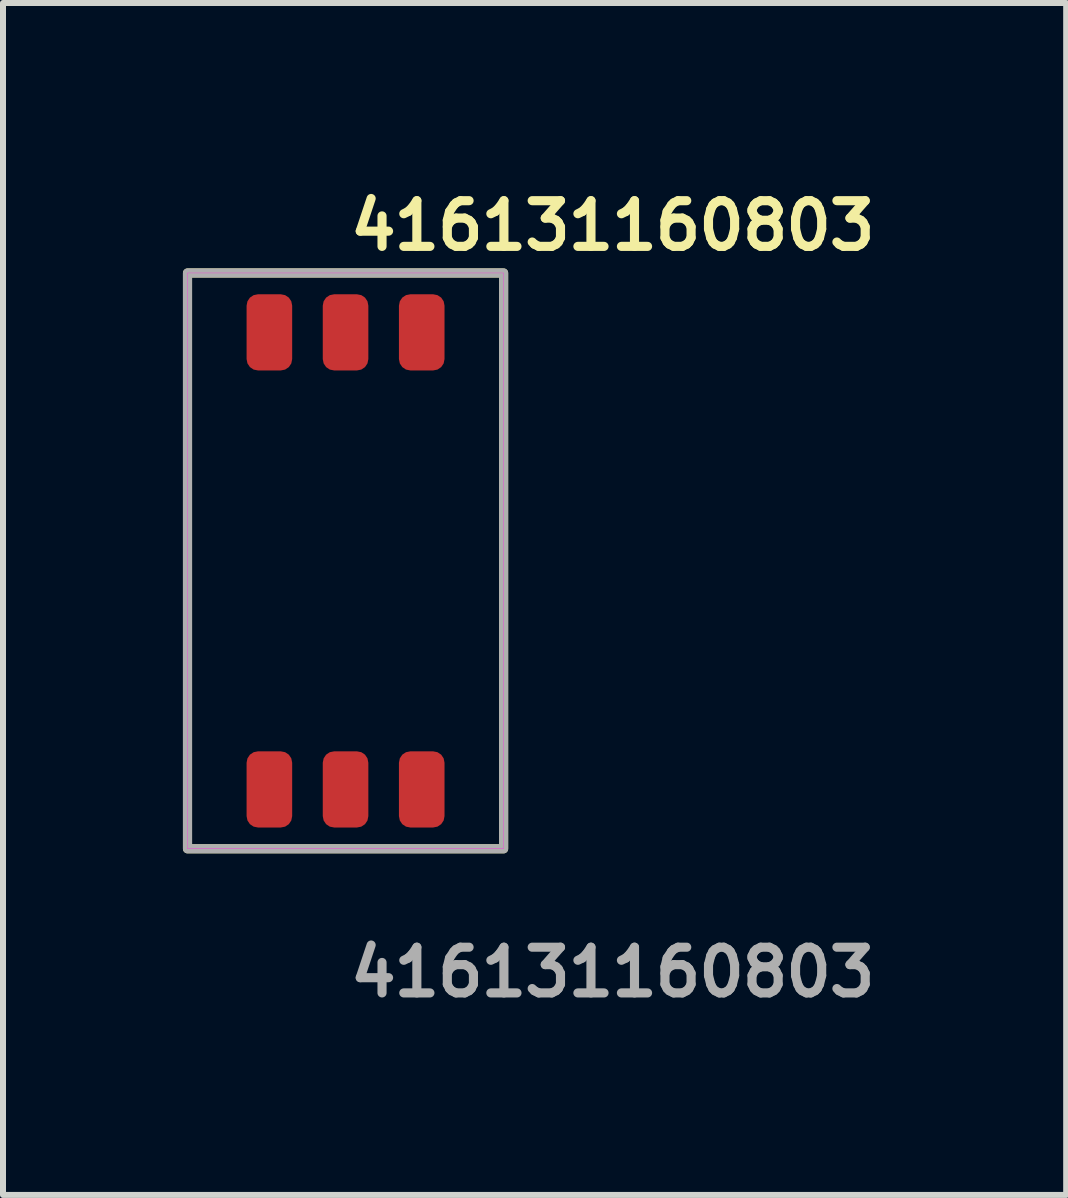
<source format=kicad_pcb>
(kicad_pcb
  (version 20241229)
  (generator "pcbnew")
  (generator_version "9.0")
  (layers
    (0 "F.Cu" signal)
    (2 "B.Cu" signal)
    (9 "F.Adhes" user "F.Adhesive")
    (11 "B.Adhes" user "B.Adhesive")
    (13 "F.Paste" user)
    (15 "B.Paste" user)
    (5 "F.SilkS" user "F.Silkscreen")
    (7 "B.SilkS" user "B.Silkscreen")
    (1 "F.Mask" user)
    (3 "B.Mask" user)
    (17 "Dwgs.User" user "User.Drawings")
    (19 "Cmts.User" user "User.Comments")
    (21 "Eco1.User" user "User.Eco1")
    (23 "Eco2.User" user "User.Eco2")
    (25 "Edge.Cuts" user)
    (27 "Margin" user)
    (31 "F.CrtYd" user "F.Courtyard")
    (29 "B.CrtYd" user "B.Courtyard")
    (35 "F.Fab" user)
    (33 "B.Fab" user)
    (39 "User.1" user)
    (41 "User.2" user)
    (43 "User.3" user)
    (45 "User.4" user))
  (footprint "416131160803"
    (layer "F.Cu")
    (at 2.711 6.301)
    (property "Reference" "416131160803" (at 0 -5.588 0) (unlocked yes) (layer "F.SilkS") (effects (font (size 0.762 0.762) (thickness 0.152)) (justify left)))
    (fp_rect (start -2.635 4.8) (end 2.635 -4.8) (stroke (width 0.152) (type solid)) (fill no) (layer "F.SilkS"))
    (fp_rect (start -2.635 4.8) (end 2.635 -4.8) (stroke (width 0.006) (type solid)) (fill no) (layer "F.CrtYd"))
    (fp_rect (start -2.635 4.8) (end 2.635 -4.8) (stroke (width 0.152) (type solid)) (fill no) (layer "F.Fab"))
    (fp_text user "${REFERENCE}" (at 0 6.858 0) (unlocked yes) (layer "F.Fab") (effects (font (size 0.762 0.762) (thickness 0.152)) (justify left)))
    (pad "1" smd roundrect (at -1.27 3.81) (size 0.76 1.27) (layers "F.Cu" "F.Paste") (roundrect_rratio 0.25))
    (pad "2" smd roundrect (at 0 3.81) (size 0.76 1.27) (layers "F.Cu" "F.Paste") (roundrect_rratio 0.25))
    (pad "3" smd roundrect (at 1.27 3.81) (size 0.76 1.27) (layers "F.Cu" "F.Paste") (roundrect_rratio 0.25))
    (pad "4" smd roundrect (at 1.27 -3.81) (size 0.76 1.27) (layers "F.Cu" "F.Paste") (roundrect_rratio 0.25))
    (pad "5" smd roundrect (at 0 -3.81) (size 0.76 1.27) (layers "F.Cu" "F.Paste") (roundrect_rratio 0.25))
    (pad "6" smd roundrect (at -1.27 -3.81) (size 0.76 1.27) (layers "F.Cu" "F.Paste") (roundrect_rratio 0.25)))
  (gr_rect
    (start -3 -3)
    (end 14.725 16.872)
    (stroke (width 0.1) (type default))
    (fill no)
    (layer "Edge.Cuts")))
</source>
